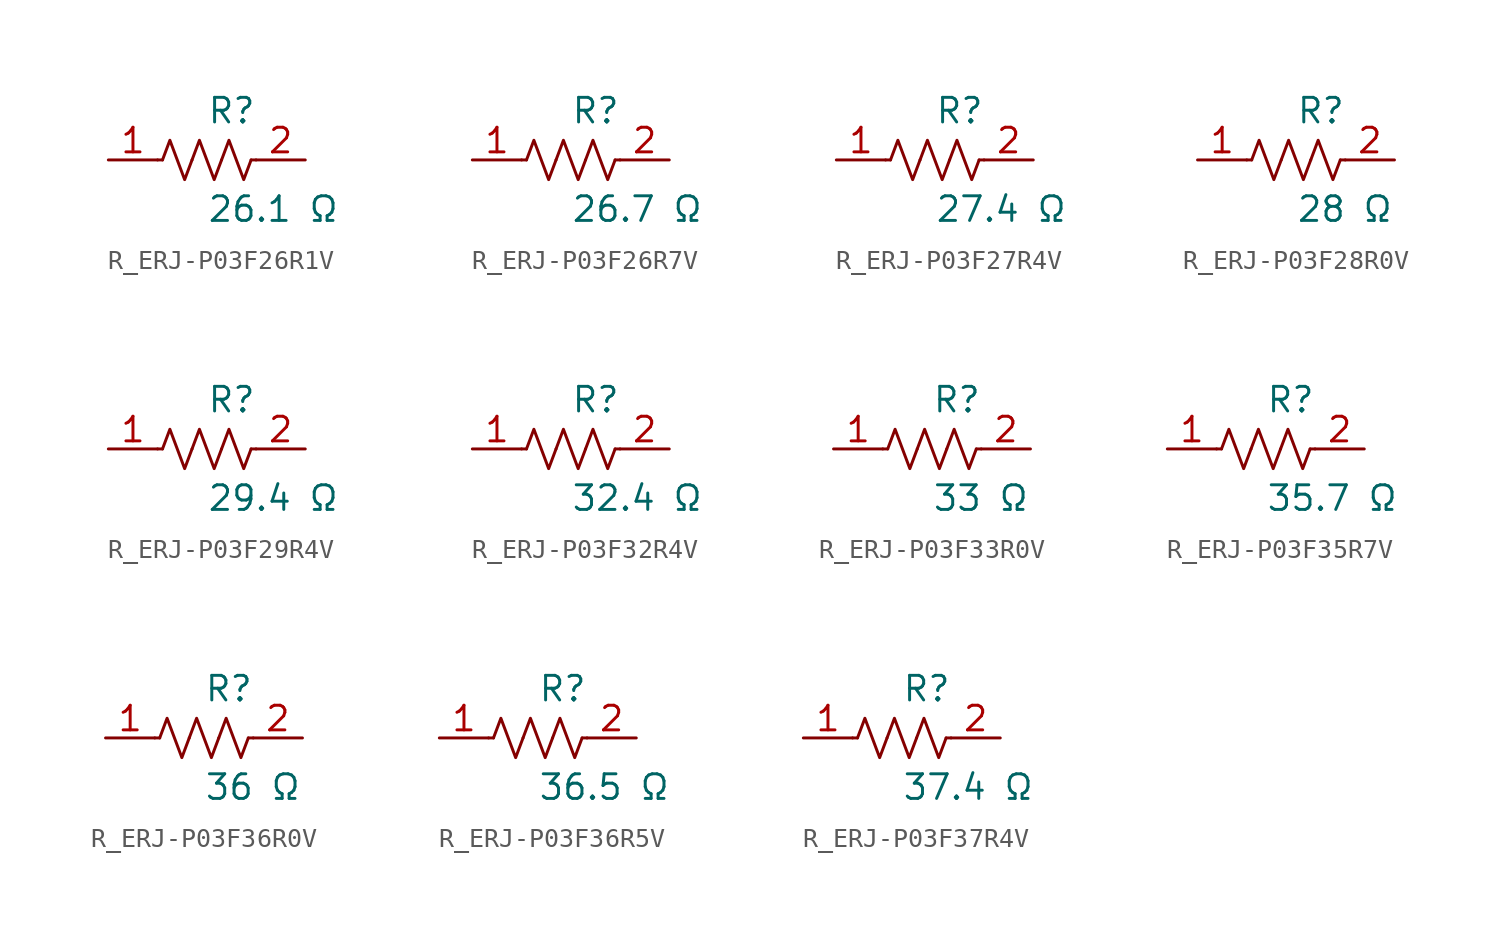
<source format=kicad_sym>
(kicad_symbol_lib
  (version 20231120)
  (generator kicad_symbol_editor)
  (generator_version 8.0)
  (symbol "R_ERJ-P03F26R1V"
    (pin_names
      (offset 0.254))
    (property "Reference" "R"
      (at 0.0 2.54 0)
      (effects (font (size 1.27 1.27)) (justify left)))
    (property "Value" "26.1 Ω"
      (at 0.0 -2.54 0)
      (effects (font (size 1.27 1.27)) (justify left)))
    (symbol "R_ERJ-P03F26R1V_0_1"
      (polyline (pts (xy 2.286 0) (xy 2.54 0)) (stroke (width 0) (type default)) (fill (type none)))
      (polyline (pts (xy -2.286 0) (xy -2.54 0)) (stroke (width 0) (type default)) (fill (type none)))
      (polyline (pts (xy 0.762 0) (xy 1.143 1.016) (xy 1.524 0) (xy 1.905 -1.016) (xy 2.286 0)) (stroke (width 0) (type default)) (fill (type none)))
      (polyline (pts (xy -0.762 0) (xy -0.381 1.016) (xy 0 0) (xy 0.381 -1.016) (xy 0.762 0)) (stroke (width 0) (type default)) (fill (type none)))
      (polyline (pts (xy -2.286 0) (xy -1.905 1.016) (xy -1.524 0) (xy -1.143 -1.016) (xy -0.762 0)) (stroke (width 0) (type default)) (fill (type none))))
    (pin unspecified line
      (at -5.08 0 0)
      (length 2.54)
      (name "" (effects (font (size 1.27 1.27))))
      (number "1" (effects (font (size 1.27 1.27)))))
    (pin unspecified line
      (at 5.08 0 180)
      (length 2.54)
      (name "" (effects (font (size 1.27 1.27))))
      (number "2" (effects (font (size 1.27 1.27))))))
  (symbol "R_ERJ-P03F26R7V"
    (pin_names
      (offset 0.254))
    (property "Reference" "R"
      (at 0.0 2.54 0)
      (effects (font (size 1.27 1.27)) (justify left)))
    (property "Value" "26.7 Ω"
      (at 0.0 -2.54 0)
      (effects (font (size 1.27 1.27)) (justify left)))
    (symbol "R_ERJ-P03F26R7V_0_1"
      (polyline (pts (xy 2.286 0) (xy 2.54 0)) (stroke (width 0) (type default)) (fill (type none)))
      (polyline (pts (xy -2.286 0) (xy -2.54 0)) (stroke (width 0) (type default)) (fill (type none)))
      (polyline (pts (xy 0.762 0) (xy 1.143 1.016) (xy 1.524 0) (xy 1.905 -1.016) (xy 2.286 0)) (stroke (width 0) (type default)) (fill (type none)))
      (polyline (pts (xy -0.762 0) (xy -0.381 1.016) (xy 0 0) (xy 0.381 -1.016) (xy 0.762 0)) (stroke (width 0) (type default)) (fill (type none)))
      (polyline (pts (xy -2.286 0) (xy -1.905 1.016) (xy -1.524 0) (xy -1.143 -1.016) (xy -0.762 0)) (stroke (width 0) (type default)) (fill (type none))))
    (pin unspecified line
      (at -5.08 0 0)
      (length 2.54)
      (name "" (effects (font (size 1.27 1.27))))
      (number "1" (effects (font (size 1.27 1.27)))))
    (pin unspecified line
      (at 5.08 0 180)
      (length 2.54)
      (name "" (effects (font (size 1.27 1.27))))
      (number "2" (effects (font (size 1.27 1.27))))))
  (symbol "R_ERJ-P03F27R4V"
    (pin_names
      (offset 0.254))
    (property "Reference" "R"
      (at 0.0 2.54 0)
      (effects (font (size 1.27 1.27)) (justify left)))
    (property "Value" "27.4 Ω"
      (at 0.0 -2.54 0)
      (effects (font (size 1.27 1.27)) (justify left)))
    (symbol "R_ERJ-P03F27R4V_0_1"
      (polyline (pts (xy 2.286 0) (xy 2.54 0)) (stroke (width 0) (type default)) (fill (type none)))
      (polyline (pts (xy -2.286 0) (xy -2.54 0)) (stroke (width 0) (type default)) (fill (type none)))
      (polyline (pts (xy 0.762 0) (xy 1.143 1.016) (xy 1.524 0) (xy 1.905 -1.016) (xy 2.286 0)) (stroke (width 0) (type default)) (fill (type none)))
      (polyline (pts (xy -0.762 0) (xy -0.381 1.016) (xy 0 0) (xy 0.381 -1.016) (xy 0.762 0)) (stroke (width 0) (type default)) (fill (type none)))
      (polyline (pts (xy -2.286 0) (xy -1.905 1.016) (xy -1.524 0) (xy -1.143 -1.016) (xy -0.762 0)) (stroke (width 0) (type default)) (fill (type none))))
    (pin unspecified line
      (at -5.08 0 0)
      (length 2.54)
      (name "" (effects (font (size 1.27 1.27))))
      (number "1" (effects (font (size 1.27 1.27)))))
    (pin unspecified line
      (at 5.08 0 180)
      (length 2.54)
      (name "" (effects (font (size 1.27 1.27))))
      (number "2" (effects (font (size 1.27 1.27))))))
  (symbol "R_ERJ-P03F28R0V"
    (pin_names
      (offset 0.254))
    (property "Reference" "R"
      (at 0.0 2.54 0)
      (effects (font (size 1.27 1.27)) (justify left)))
    (property "Value" "28 Ω"
      (at 0.0 -2.54 0)
      (effects (font (size 1.27 1.27)) (justify left)))
    (symbol "R_ERJ-P03F28R0V_0_1"
      (polyline (pts (xy 2.286 0) (xy 2.54 0)) (stroke (width 0) (type default)) (fill (type none)))
      (polyline (pts (xy -2.286 0) (xy -2.54 0)) (stroke (width 0) (type default)) (fill (type none)))
      (polyline (pts (xy 0.762 0) (xy 1.143 1.016) (xy 1.524 0) (xy 1.905 -1.016) (xy 2.286 0)) (stroke (width 0) (type default)) (fill (type none)))
      (polyline (pts (xy -0.762 0) (xy -0.381 1.016) (xy 0 0) (xy 0.381 -1.016) (xy 0.762 0)) (stroke (width 0) (type default)) (fill (type none)))
      (polyline (pts (xy -2.286 0) (xy -1.905 1.016) (xy -1.524 0) (xy -1.143 -1.016) (xy -0.762 0)) (stroke (width 0) (type default)) (fill (type none))))
    (pin unspecified line
      (at -5.08 0 0)
      (length 2.54)
      (name "" (effects (font (size 1.27 1.27))))
      (number "1" (effects (font (size 1.27 1.27)))))
    (pin unspecified line
      (at 5.08 0 180)
      (length 2.54)
      (name "" (effects (font (size 1.27 1.27))))
      (number "2" (effects (font (size 1.27 1.27))))))
  (symbol "R_ERJ-P03F29R4V"
    (pin_names
      (offset 0.254))
    (property "Reference" "R"
      (at 0.0 2.54 0)
      (effects (font (size 1.27 1.27)) (justify left)))
    (property "Value" "29.4 Ω"
      (at 0.0 -2.54 0)
      (effects (font (size 1.27 1.27)) (justify left)))
    (symbol "R_ERJ-P03F29R4V_0_1"
      (polyline (pts (xy 2.286 0) (xy 2.54 0)) (stroke (width 0) (type default)) (fill (type none)))
      (polyline (pts (xy -2.286 0) (xy -2.54 0)) (stroke (width 0) (type default)) (fill (type none)))
      (polyline (pts (xy 0.762 0) (xy 1.143 1.016) (xy 1.524 0) (xy 1.905 -1.016) (xy 2.286 0)) (stroke (width 0) (type default)) (fill (type none)))
      (polyline (pts (xy -0.762 0) (xy -0.381 1.016) (xy 0 0) (xy 0.381 -1.016) (xy 0.762 0)) (stroke (width 0) (type default)) (fill (type none)))
      (polyline (pts (xy -2.286 0) (xy -1.905 1.016) (xy -1.524 0) (xy -1.143 -1.016) (xy -0.762 0)) (stroke (width 0) (type default)) (fill (type none))))
    (pin unspecified line
      (at -5.08 0 0)
      (length 2.54)
      (name "" (effects (font (size 1.27 1.27))))
      (number "1" (effects (font (size 1.27 1.27)))))
    (pin unspecified line
      (at 5.08 0 180)
      (length 2.54)
      (name "" (effects (font (size 1.27 1.27))))
      (number "2" (effects (font (size 1.27 1.27))))))
  (symbol "R_ERJ-P03F32R4V"
    (pin_names
      (offset 0.254))
    (property "Reference" "R"
      (at 0.0 2.54 0)
      (effects (font (size 1.27 1.27)) (justify left)))
    (property "Value" "32.4 Ω"
      (at 0.0 -2.54 0)
      (effects (font (size 1.27 1.27)) (justify left)))
    (symbol "R_ERJ-P03F32R4V_0_1"
      (polyline (pts (xy 2.286 0) (xy 2.54 0)) (stroke (width 0) (type default)) (fill (type none)))
      (polyline (pts (xy -2.286 0) (xy -2.54 0)) (stroke (width 0) (type default)) (fill (type none)))
      (polyline (pts (xy 0.762 0) (xy 1.143 1.016) (xy 1.524 0) (xy 1.905 -1.016) (xy 2.286 0)) (stroke (width 0) (type default)) (fill (type none)))
      (polyline (pts (xy -0.762 0) (xy -0.381 1.016) (xy 0 0) (xy 0.381 -1.016) (xy 0.762 0)) (stroke (width 0) (type default)) (fill (type none)))
      (polyline (pts (xy -2.286 0) (xy -1.905 1.016) (xy -1.524 0) (xy -1.143 -1.016) (xy -0.762 0)) (stroke (width 0) (type default)) (fill (type none))))
    (pin unspecified line
      (at -5.08 0 0)
      (length 2.54)
      (name "" (effects (font (size 1.27 1.27))))
      (number "1" (effects (font (size 1.27 1.27)))))
    (pin unspecified line
      (at 5.08 0 180)
      (length 2.54)
      (name "" (effects (font (size 1.27 1.27))))
      (number "2" (effects (font (size 1.27 1.27))))))
  (symbol "R_ERJ-P03F33R0V"
    (pin_names
      (offset 0.254))
    (property "Reference" "R"
      (at 0.0 2.54 0)
      (effects (font (size 1.27 1.27)) (justify left)))
    (property "Value" "33 Ω"
      (at 0.0 -2.54 0)
      (effects (font (size 1.27 1.27)) (justify left)))
    (symbol "R_ERJ-P03F33R0V_0_1"
      (polyline (pts (xy 2.286 0) (xy 2.54 0)) (stroke (width 0) (type default)) (fill (type none)))
      (polyline (pts (xy -2.286 0) (xy -2.54 0)) (stroke (width 0) (type default)) (fill (type none)))
      (polyline (pts (xy 0.762 0) (xy 1.143 1.016) (xy 1.524 0) (xy 1.905 -1.016) (xy 2.286 0)) (stroke (width 0) (type default)) (fill (type none)))
      (polyline (pts (xy -0.762 0) (xy -0.381 1.016) (xy 0 0) (xy 0.381 -1.016) (xy 0.762 0)) (stroke (width 0) (type default)) (fill (type none)))
      (polyline (pts (xy -2.286 0) (xy -1.905 1.016) (xy -1.524 0) (xy -1.143 -1.016) (xy -0.762 0)) (stroke (width 0) (type default)) (fill (type none))))
    (pin unspecified line
      (at -5.08 0 0)
      (length 2.54)
      (name "" (effects (font (size 1.27 1.27))))
      (number "1" (effects (font (size 1.27 1.27)))))
    (pin unspecified line
      (at 5.08 0 180)
      (length 2.54)
      (name "" (effects (font (size 1.27 1.27))))
      (number "2" (effects (font (size 1.27 1.27))))))
  (symbol "R_ERJ-P03F35R7V"
    (pin_names
      (offset 0.254))
    (property "Reference" "R"
      (at 0.0 2.54 0)
      (effects (font (size 1.27 1.27)) (justify left)))
    (property "Value" "35.7 Ω"
      (at 0.0 -2.54 0)
      (effects (font (size 1.27 1.27)) (justify left)))
    (symbol "R_ERJ-P03F35R7V_0_1"
      (polyline (pts (xy 2.286 0) (xy 2.54 0)) (stroke (width 0) (type default)) (fill (type none)))
      (polyline (pts (xy -2.286 0) (xy -2.54 0)) (stroke (width 0) (type default)) (fill (type none)))
      (polyline (pts (xy 0.762 0) (xy 1.143 1.016) (xy 1.524 0) (xy 1.905 -1.016) (xy 2.286 0)) (stroke (width 0) (type default)) (fill (type none)))
      (polyline (pts (xy -0.762 0) (xy -0.381 1.016) (xy 0 0) (xy 0.381 -1.016) (xy 0.762 0)) (stroke (width 0) (type default)) (fill (type none)))
      (polyline (pts (xy -2.286 0) (xy -1.905 1.016) (xy -1.524 0) (xy -1.143 -1.016) (xy -0.762 0)) (stroke (width 0) (type default)) (fill (type none))))
    (pin unspecified line
      (at -5.08 0 0)
      (length 2.54)
      (name "" (effects (font (size 1.27 1.27))))
      (number "1" (effects (font (size 1.27 1.27)))))
    (pin unspecified line
      (at 5.08 0 180)
      (length 2.54)
      (name "" (effects (font (size 1.27 1.27))))
      (number "2" (effects (font (size 1.27 1.27))))))
  (symbol "R_ERJ-P03F36R0V"
    (pin_names
      (offset 0.254))
    (property "Reference" "R"
      (at 0.0 2.54 0)
      (effects (font (size 1.27 1.27)) (justify left)))
    (property "Value" "36 Ω"
      (at 0.0 -2.54 0)
      (effects (font (size 1.27 1.27)) (justify left)))
    (symbol "R_ERJ-P03F36R0V_0_1"
      (polyline (pts (xy 2.286 0) (xy 2.54 0)) (stroke (width 0) (type default)) (fill (type none)))
      (polyline (pts (xy -2.286 0) (xy -2.54 0)) (stroke (width 0) (type default)) (fill (type none)))
      (polyline (pts (xy 0.762 0) (xy 1.143 1.016) (xy 1.524 0) (xy 1.905 -1.016) (xy 2.286 0)) (stroke (width 0) (type default)) (fill (type none)))
      (polyline (pts (xy -0.762 0) (xy -0.381 1.016) (xy 0 0) (xy 0.381 -1.016) (xy 0.762 0)) (stroke (width 0) (type default)) (fill (type none)))
      (polyline (pts (xy -2.286 0) (xy -1.905 1.016) (xy -1.524 0) (xy -1.143 -1.016) (xy -0.762 0)) (stroke (width 0) (type default)) (fill (type none))))
    (pin unspecified line
      (at -5.08 0 0)
      (length 2.54)
      (name "" (effects (font (size 1.27 1.27))))
      (number "1" (effects (font (size 1.27 1.27)))))
    (pin unspecified line
      (at 5.08 0 180)
      (length 2.54)
      (name "" (effects (font (size 1.27 1.27))))
      (number "2" (effects (font (size 1.27 1.27))))))
  (symbol "R_ERJ-P03F36R5V"
    (pin_names
      (offset 0.254))
    (property "Reference" "R"
      (at 0.0 2.54 0)
      (effects (font (size 1.27 1.27)) (justify left)))
    (property "Value" "36.5 Ω"
      (at 0.0 -2.54 0)
      (effects (font (size 1.27 1.27)) (justify left)))
    (symbol "R_ERJ-P03F36R5V_0_1"
      (polyline (pts (xy 2.286 0) (xy 2.54 0)) (stroke (width 0) (type default)) (fill (type none)))
      (polyline (pts (xy -2.286 0) (xy -2.54 0)) (stroke (width 0) (type default)) (fill (type none)))
      (polyline (pts (xy 0.762 0) (xy 1.143 1.016) (xy 1.524 0) (xy 1.905 -1.016) (xy 2.286 0)) (stroke (width 0) (type default)) (fill (type none)))
      (polyline (pts (xy -0.762 0) (xy -0.381 1.016) (xy 0 0) (xy 0.381 -1.016) (xy 0.762 0)) (stroke (width 0) (type default)) (fill (type none)))
      (polyline (pts (xy -2.286 0) (xy -1.905 1.016) (xy -1.524 0) (xy -1.143 -1.016) (xy -0.762 0)) (stroke (width 0) (type default)) (fill (type none))))
    (pin unspecified line
      (at -5.08 0 0)
      (length 2.54)
      (name "" (effects (font (size 1.27 1.27))))
      (number "1" (effects (font (size 1.27 1.27)))))
    (pin unspecified line
      (at 5.08 0 180)
      (length 2.54)
      (name "" (effects (font (size 1.27 1.27))))
      (number "2" (effects (font (size 1.27 1.27))))))
  (symbol "R_ERJ-P03F37R4V"
    (pin_names
      (offset 0.254))
    (property "Reference" "R"
      (at 0.0 2.54 0)
      (effects (font (size 1.27 1.27)) (justify left)))
    (property "Value" "37.4 Ω"
      (at 0.0 -2.54 0)
      (effects (font (size 1.27 1.27)) (justify left)))
    (symbol "R_ERJ-P03F37R4V_0_1"
      (polyline (pts (xy 2.286 0) (xy 2.54 0)) (stroke (width 0) (type default)) (fill (type none)))
      (polyline (pts (xy -2.286 0) (xy -2.54 0)) (stroke (width 0) (type default)) (fill (type none)))
      (polyline (pts (xy 0.762 0) (xy 1.143 1.016) (xy 1.524 0) (xy 1.905 -1.016) (xy 2.286 0)) (stroke (width 0) (type default)) (fill (type none)))
      (polyline (pts (xy -0.762 0) (xy -0.381 1.016) (xy 0 0) (xy 0.381 -1.016) (xy 0.762 0)) (stroke (width 0) (type default)) (fill (type none)))
      (polyline (pts (xy -2.286 0) (xy -1.905 1.016) (xy -1.524 0) (xy -1.143 -1.016) (xy -0.762 0)) (stroke (width 0) (type default)) (fill (type none))))
    (pin unspecified line
      (at -5.08 0 0)
      (length 2.54)
      (name "" (effects (font (size 1.27 1.27))))
      (number "1" (effects (font (size 1.27 1.27)))))
    (pin unspecified line
      (at 5.08 0 180)
      (length 2.54)
      (name "" (effects (font (size 1.27 1.27))))
      (number "2" (effects (font (size 1.27 1.27)))))))
</source>
